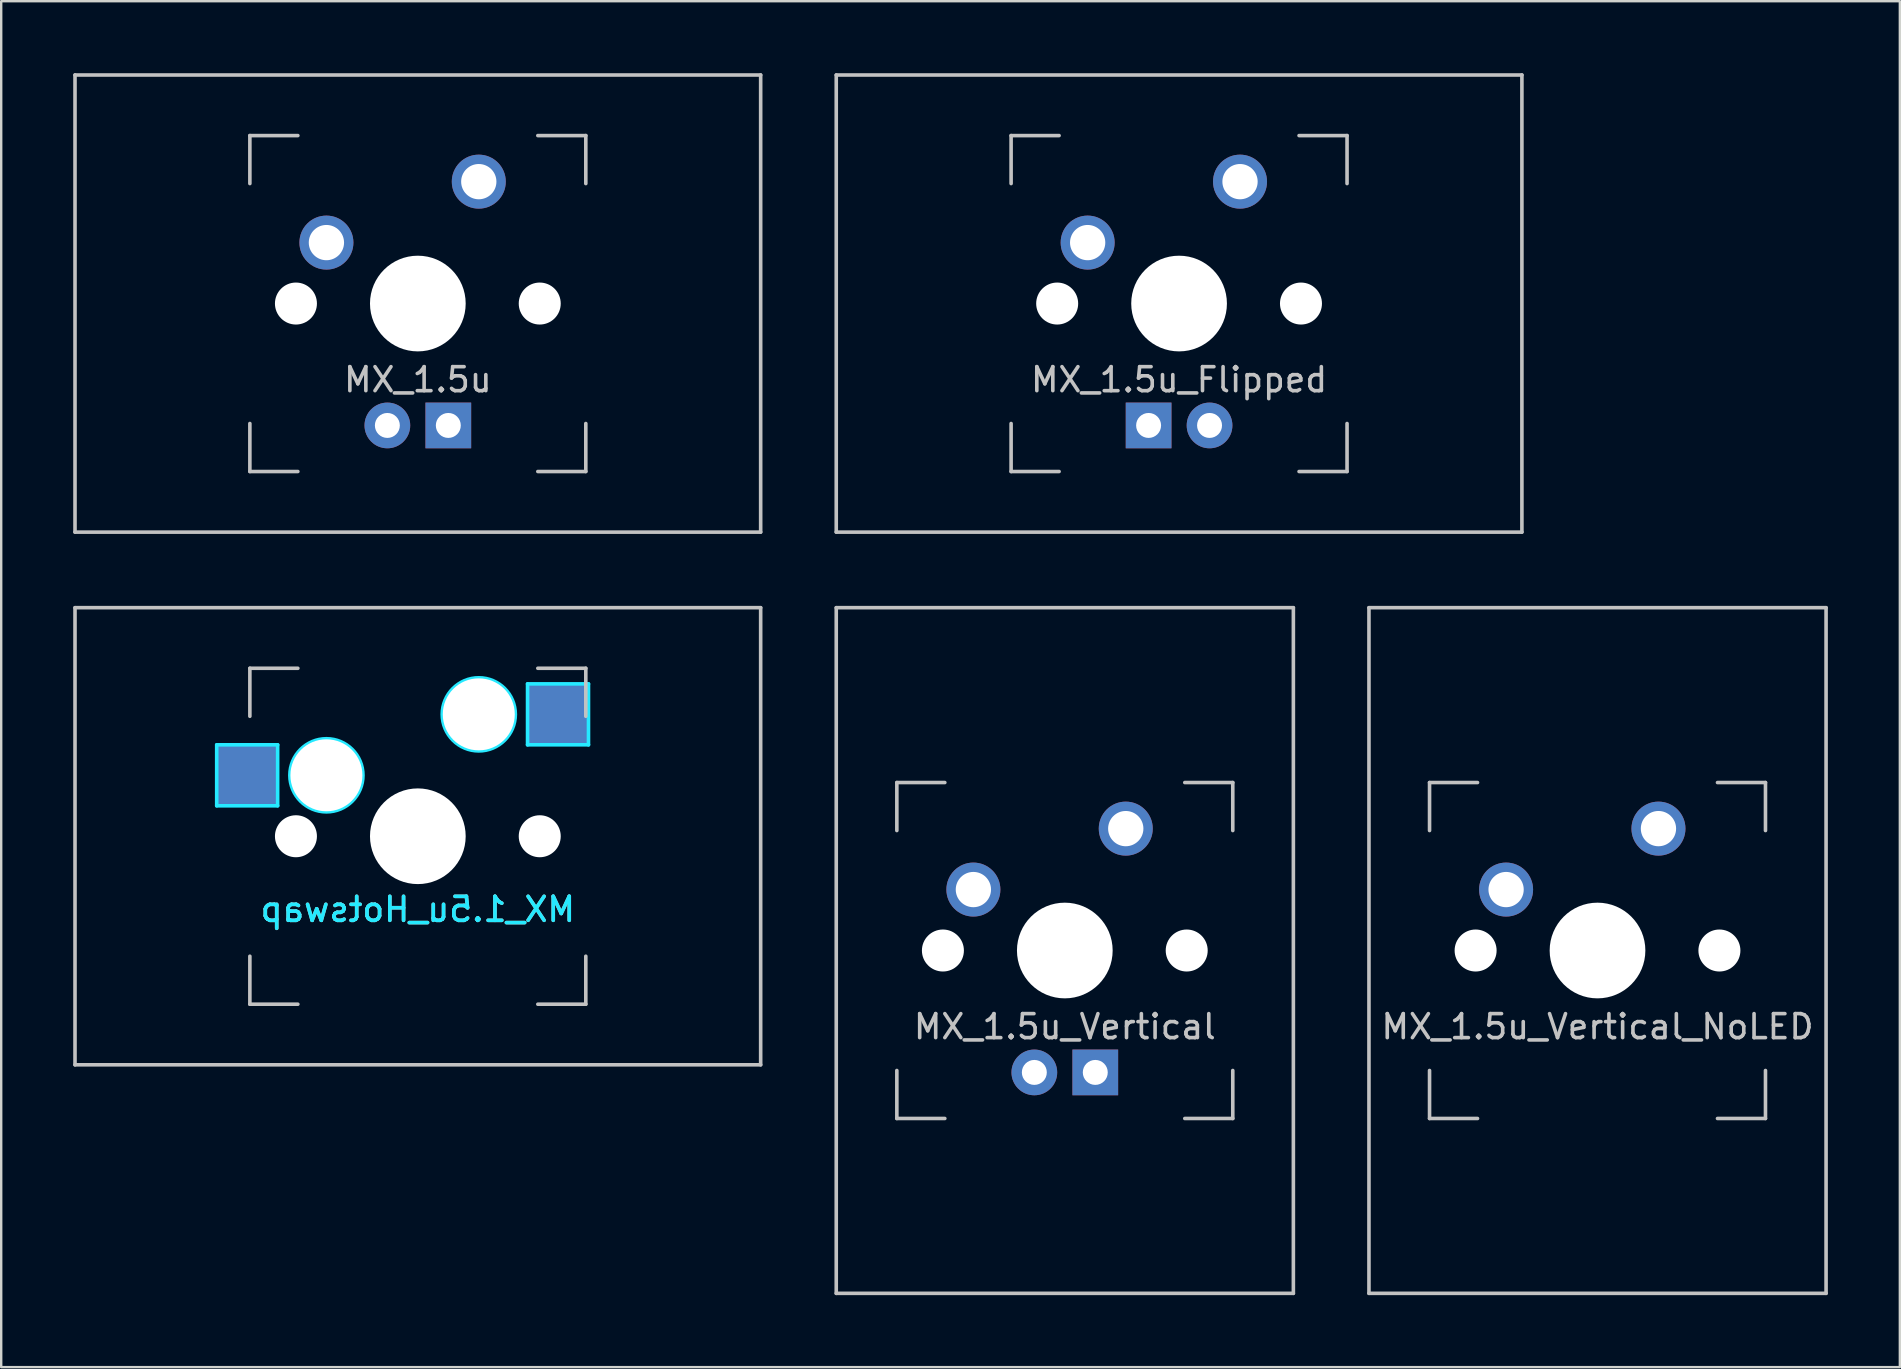
<source format=kicad_pcb>
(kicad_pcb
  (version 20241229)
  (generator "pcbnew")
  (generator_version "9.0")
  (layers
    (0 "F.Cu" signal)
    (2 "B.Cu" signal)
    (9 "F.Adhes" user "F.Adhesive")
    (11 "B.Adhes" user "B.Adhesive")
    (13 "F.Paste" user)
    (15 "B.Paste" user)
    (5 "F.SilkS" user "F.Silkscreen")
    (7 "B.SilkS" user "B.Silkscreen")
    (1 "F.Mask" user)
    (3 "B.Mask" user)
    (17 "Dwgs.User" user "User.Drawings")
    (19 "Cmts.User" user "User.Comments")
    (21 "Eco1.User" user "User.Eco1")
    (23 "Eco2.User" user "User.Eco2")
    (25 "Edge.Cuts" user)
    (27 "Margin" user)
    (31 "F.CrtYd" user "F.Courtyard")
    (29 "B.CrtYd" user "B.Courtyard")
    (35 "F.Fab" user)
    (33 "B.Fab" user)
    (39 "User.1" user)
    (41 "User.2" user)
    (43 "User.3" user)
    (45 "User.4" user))
  (footprint "MX_1.5u_Flipped"
    (layer "F.Cu")
    (at 46.087 9.6)
    (property "Reference" "MX_1.5u_Flipped" (at 0 3.175 0) (layer "Dwgs.User") (effects (font (size 1 1) (thickness 0.15))))
    (attr through_hole)
    (fp_line (start -14.287 -9.525) (end 14.287 -9.525) (stroke (width 0.15) (type solid)) (layer "Dwgs.User"))
    (fp_line (start -14.287 9.525) (end -14.287 -9.525) (stroke (width 0.15) (type solid)) (layer "Dwgs.User"))
    (fp_line (start -14.287 9.525) (end 14.287 9.525) (stroke (width 0.15) (type solid)) (layer "Dwgs.User"))
    (fp_line (start -7 -7) (end -7 -5) (stroke (width 0.15) (type solid)) (layer "Dwgs.User"))
    (fp_line (start -7 5) (end -7 7) (stroke (width 0.15) (type solid)) (layer "Dwgs.User"))
    (fp_line (start -7 7) (end -5 7) (stroke (width 0.15) (type solid)) (layer "Dwgs.User"))
    (fp_line (start -5 -7) (end -7 -7) (stroke (width 0.15) (type solid)) (layer "Dwgs.User"))
    (fp_line (start 5 -7) (end 7 -7) (stroke (width 0.15) (type solid)) (layer "Dwgs.User"))
    (fp_line (start 5 7) (end 7 7) (stroke (width 0.15) (type solid)) (layer "Dwgs.User"))
    (fp_line (start 7 -7) (end 7 -5) (stroke (width 0.15) (type solid)) (layer "Dwgs.User"))
    (fp_line (start 7 7) (end 7 5) (stroke (width 0.15) (type solid)) (layer "Dwgs.User"))
    (fp_line (start 14.287 -9.525) (end 14.287 9.525) (stroke (width 0.15) (type solid)) (layer "Dwgs.User"))
    (pad "" np_thru_hole circle (at -5.08 0 48.1) (size 1.75 1.75) (drill 1.75) (layers "*.Cu" "*.Mask"))
    (pad "" np_thru_hole circle (at 0 0) (size 3.988 3.988) (drill 3.988) (layers "*.Cu" "*.Mask"))
    (pad "" np_thru_hole circle (at 5.08 0 48.1) (size 1.75 1.75) (drill 1.75) (layers "*.Cu" "*.Mask"))
    (pad "1" thru_hole circle (at -3.81 -2.54) (size 2.25 2.25) (drill 1.47) (layers "*.Cu" "B.Mask"))
    (pad "2" thru_hole circle (at 2.54 -5.08) (size 2.25 2.25) (drill 1.47) (layers "*.Cu" "B.Mask"))
    (pad "3" thru_hole circle (at 1.27 5.08) (size 1.905 1.905) (drill 1.04) (layers "*.Cu" "B.Mask"))
    (pad "4" thru_hole rect (at -1.27 5.08) (size 1.905 1.905) (drill 1.04) (layers "*.Cu" "B.Mask")))
  (footprint "MX_1.5u"
    (layer "F.Cu")
    (at 14.363 9.6)
    (property "Reference" "MX_1.5u" (at 0 3.175 0) (layer "Dwgs.User") (effects (font (size 1 1) (thickness 0.15))))
    (attr through_hole)
    (fp_line (start -14.287 -9.525) (end 14.287 -9.525) (stroke (width 0.15) (type solid)) (layer "Dwgs.User"))
    (fp_line (start -14.287 9.525) (end -14.287 -9.525) (stroke (width 0.15) (type solid)) (layer "Dwgs.User"))
    (fp_line (start -14.287 9.525) (end 14.287 9.525) (stroke (width 0.15) (type solid)) (layer "Dwgs.User"))
    (fp_line (start -7 -7) (end -7 -5) (stroke (width 0.15) (type solid)) (layer "Dwgs.User"))
    (fp_line (start -7 5) (end -7 7) (stroke (width 0.15) (type solid)) (layer "Dwgs.User"))
    (fp_line (start -7 7) (end -5 7) (stroke (width 0.15) (type solid)) (layer "Dwgs.User"))
    (fp_line (start -5 -7) (end -7 -7) (stroke (width 0.15) (type solid)) (layer "Dwgs.User"))
    (fp_line (start 5 -7) (end 7 -7) (stroke (width 0.15) (type solid)) (layer "Dwgs.User"))
    (fp_line (start 5 7) (end 7 7) (stroke (width 0.15) (type solid)) (layer "Dwgs.User"))
    (fp_line (start 7 -7) (end 7 -5) (stroke (width 0.15) (type solid)) (layer "Dwgs.User"))
    (fp_line (start 7 7) (end 7 5) (stroke (width 0.15) (type solid)) (layer "Dwgs.User"))
    (fp_line (start 14.287 -9.525) (end 14.287 9.525) (stroke (width 0.15) (type solid)) (layer "Dwgs.User"))
    (pad "" np_thru_hole circle (at -5.08 0 48.1) (size 1.75 1.75) (drill 1.75) (layers "*.Cu" "*.Mask"))
    (pad "" np_thru_hole circle (at 0 0) (size 3.988 3.988) (drill 3.988) (layers "*.Cu" "*.Mask"))
    (pad "" np_thru_hole circle (at 5.08 0 48.1) (size 1.75 1.75) (drill 1.75) (layers "*.Cu" "*.Mask"))
    (pad "1" thru_hole circle (at -3.81 -2.54) (size 2.25 2.25) (drill 1.47) (layers "*.Cu" "B.Mask"))
    (pad "2" thru_hole circle (at 2.54 -5.08) (size 2.25 2.25) (drill 1.47) (layers "*.Cu" "B.Mask"))
    (pad "3" thru_hole circle (at -1.27 5.08) (size 1.905 1.905) (drill 1.04) (layers "*.Cu" "B.Mask"))
    (pad "4" thru_hole rect (at 1.27 5.08) (size 1.905 1.905) (drill 1.04) (layers "*.Cu" "B.Mask")))
  (footprint "MX_1.5u_Vertical"
    (layer "F.Cu")
    (at 41.325 36.562)
    (property "Reference" "MX_1.5u_Vertical" (at 0 3.175 0) (layer "Dwgs.User") (effects (font (size 1 1) (thickness 0.15))))
    (attr through_hole)
    (fp_line (start -9.525 -14.287) (end -9.525 14.287) (stroke (width 0.15) (type solid)) (layer "Dwgs.User"))
    (fp_line (start -7 -7) (end -7 -5) (stroke (width 0.15) (type solid)) (layer "Dwgs.User"))
    (fp_line (start -7 5) (end -7 7) (stroke (width 0.15) (type solid)) (layer "Dwgs.User"))
    (fp_line (start -7 7) (end -5 7) (stroke (width 0.15) (type solid)) (layer "Dwgs.User"))
    (fp_line (start -5 -7) (end -7 -7) (stroke (width 0.15) (type solid)) (layer "Dwgs.User"))
    (fp_line (start 5 -7) (end 7 -7) (stroke (width 0.15) (type solid)) (layer "Dwgs.User"))
    (fp_line (start 5 7) (end 7 7) (stroke (width 0.15) (type solid)) (layer "Dwgs.User"))
    (fp_line (start 7 -7) (end 7 -5) (stroke (width 0.15) (type solid)) (layer "Dwgs.User"))
    (fp_line (start 7 7) (end 7 5) (stroke (width 0.15) (type solid)) (layer "Dwgs.User"))
    (fp_line (start 9.525 -14.287) (end -9.525 -14.287) (stroke (width 0.15) (type solid)) (layer "Dwgs.User"))
    (fp_line (start 9.525 -14.287) (end 9.525 14.287) (stroke (width 0.15) (type solid)) (layer "Dwgs.User"))
    (fp_line (start 9.525 14.287) (end -9.525 14.287) (stroke (width 0.15) (type solid)) (layer "Dwgs.User"))
    (pad "" np_thru_hole circle (at -5.08 0 48.1) (size 1.75 1.75) (drill 1.75) (layers "*.Cu" "*.Mask"))
    (pad "" np_thru_hole circle (at 0 0) (size 3.988 3.988) (drill 3.988) (layers "*.Cu" "*.Mask"))
    (pad "" np_thru_hole circle (at 5.08 0 48.1) (size 1.75 1.75) (drill 1.75) (layers "*.Cu" "*.Mask"))
    (pad "1" thru_hole circle (at -3.81 -2.54) (size 2.25 2.25) (drill 1.47) (layers "*.Cu" "B.Mask"))
    (pad "2" thru_hole circle (at 2.54 -5.08) (size 2.25 2.25) (drill 1.47) (layers "*.Cu" "B.Mask"))
    (pad "3" thru_hole circle (at -1.27 5.08) (size 1.905 1.905) (drill 1.04) (layers "*.Cu" "B.Mask"))
    (pad "4" thru_hole rect (at 1.27 5.08) (size 1.905 1.905) (drill 1.04) (layers "*.Cu" "B.Mask")))
  (footprint "MX_1.5u_Vertical_NoLED"
    (layer "F.Cu")
    (at 63.525 36.562)
    (property "Reference" "MX_1.5u_Vertical_NoLED" (at 0 3.175 0) (layer "Dwgs.User") (effects (font (size 1 1) (thickness 0.15))))
    (attr through_hole)
    (fp_line (start -9.525 -14.287) (end -9.525 14.287) (stroke (width 0.15) (type solid)) (layer "Dwgs.User"))
    (fp_line (start -7 -7) (end -7 -5) (stroke (width 0.15) (type solid)) (layer "Dwgs.User"))
    (fp_line (start -7 5) (end -7 7) (stroke (width 0.15) (type solid)) (layer "Dwgs.User"))
    (fp_line (start -7 7) (end -5 7) (stroke (width 0.15) (type solid)) (layer "Dwgs.User"))
    (fp_line (start -5 -7) (end -7 -7) (stroke (width 0.15) (type solid)) (layer "Dwgs.User"))
    (fp_line (start 5 -7) (end 7 -7) (stroke (width 0.15) (type solid)) (layer "Dwgs.User"))
    (fp_line (start 5 7) (end 7 7) (stroke (width 0.15) (type solid)) (layer "Dwgs.User"))
    (fp_line (start 7 -7) (end 7 -5) (stroke (width 0.15) (type solid)) (layer "Dwgs.User"))
    (fp_line (start 7 7) (end 7 5) (stroke (width 0.15) (type solid)) (layer "Dwgs.User"))
    (fp_line (start 9.525 -14.287) (end -9.525 -14.287) (stroke (width 0.15) (type solid)) (layer "Dwgs.User"))
    (fp_line (start 9.525 -14.287) (end 9.525 14.287) (stroke (width 0.15) (type solid)) (layer "Dwgs.User"))
    (fp_line (start 9.525 14.287) (end -9.525 14.287) (stroke (width 0.15) (type solid)) (layer "Dwgs.User"))
    (pad "" np_thru_hole circle (at -5.08 0 48.1) (size 1.75 1.75) (drill 1.75) (layers "*.Cu" "*.Mask"))
    (pad "" np_thru_hole circle (at 0 0) (size 3.988 3.988) (drill 3.988) (layers "*.Cu" "*.Mask"))
    (pad "" np_thru_hole circle (at 5.08 0 48.1) (size 1.75 1.75) (drill 1.75) (layers "*.Cu" "*.Mask"))
    (pad "1" thru_hole circle (at -3.81 -2.54) (size 2.25 2.25) (drill 1.47) (layers "*.Cu" "B.Mask"))
    (pad "2" thru_hole circle (at 2.54 -5.08) (size 2.25 2.25) (drill 1.47) (layers "*.Cu" "B.Mask")))
  (footprint "MX_1.5u_Hotswap"
    (layer "F.Cu")
    (at 14.363 31.8)
    (property "Reference" "MX_1.5u_Hotswap" (at 0 3.048 0) (layer "B.CrtYd") (effects (font (size 1 1) (thickness 0.15)) (justify mirror)))
    (attr smd)
    (fp_line (start -14.287 -9.525) (end 14.287 -9.525) (stroke (width 0.15) (type solid)) (layer "Dwgs.User"))
    (fp_line (start -14.287 9.525) (end -14.287 -9.525) (stroke (width 0.15) (type solid)) (layer "Dwgs.User"))
    (fp_line (start -7 -7) (end -7 -5) (stroke (width 0.15) (type solid)) (layer "Dwgs.User"))
    (fp_line (start -7 5) (end -7 7) (stroke (width 0.15) (type solid)) (layer "Dwgs.User"))
    (fp_line (start -7 7) (end -5 7) (stroke (width 0.15) (type solid)) (layer "Dwgs.User"))
    (fp_line (start -5 -7) (end -7 -7) (stroke (width 0.15) (type solid)) (layer "Dwgs.User"))
    (fp_line (start 5 -7) (end 7 -7) (stroke (width 0.15) (type solid)) (layer "Dwgs.User"))
    (fp_line (start 5 7) (end 7 7) (stroke (width 0.15) (type solid)) (layer "Dwgs.User"))
    (fp_line (start 7 -7) (end 7 -5) (stroke (width 0.15) (type solid)) (layer "Dwgs.User"))
    (fp_line (start 7 7) (end 7 5) (stroke (width 0.15) (type solid)) (layer "Dwgs.User"))
    (fp_line (start 14.287 -9.525) (end 14.287 9.525) (stroke (width 0.15) (type solid)) (layer "Dwgs.User"))
    (fp_line (start 14.287 9.525) (end -14.287 9.525) (stroke (width 0.15) (type solid)) (layer "Dwgs.User"))
    (fp_line (start -8.382 -3.81) (end -5.842 -3.81) (stroke (width 0.15) (type solid)) (layer "B.CrtYd"))
    (fp_line (start -8.382 -1.27) (end -8.382 -3.81) (stroke (width 0.15) (type solid)) (layer "B.CrtYd"))
    (fp_line (start -5.842 -3.81) (end -5.842 -1.27) (stroke (width 0.15) (type solid)) (layer "B.CrtYd"))
    (fp_line (start -5.842 -1.27) (end -8.382 -1.27) (stroke (width 0.15) (type solid)) (layer "B.CrtYd"))
    (fp_line (start 4.572 -6.35) (end 7.112 -6.35) (stroke (width 0.15) (type solid)) (layer "B.CrtYd"))
    (fp_line (start 4.572 -3.81) (end 4.572 -6.35) (stroke (width 0.15) (type solid)) (layer "B.CrtYd"))
    (fp_line (start 7.112 -6.35) (end 7.112 -3.81) (stroke (width 0.15) (type solid)) (layer "B.CrtYd"))
    (fp_line (start 7.112 -3.81) (end 4.572 -3.81) (stroke (width 0.15) (type solid)) (layer "B.CrtYd"))
    (fp_circle (center -3.81 -2.54) (end -3.81 -4.064) (stroke (width 0.15) (type solid)) (fill no) (layer "B.CrtYd"))
    (fp_circle (center 2.54 -5.08) (end 2.54 -6.604) (stroke (width 0.15) (type solid)) (fill no) (layer "B.CrtYd"))
    (fp_text user "${REFERENCE}" (at 0 3.048 0) (layer "B.SilkS") (effects (font (size 1 1) (thickness 0.15)) (justify mirror)))
    (pad "" np_thru_hole circle (at -5.08 0 48.1) (size 1.75 1.75) (drill 1.75) (layers "*.Cu" "*.Mask"))
    (pad "" np_thru_hole circle (at -3.81 -2.54) (size 3 3) (drill 3) (layers "*.Cu" "*.Mask"))
    (pad "" np_thru_hole circle (at 0 0) (size 3.988 3.988) (drill 3.988) (layers "*.Cu" "*.Mask"))
    (pad "" np_thru_hole circle (at 2.54 -5.08) (size 3 3) (drill 3) (layers "*.Cu" "*.Mask"))
    (pad "" np_thru_hole circle (at 5.08 0 48.1) (size 1.75 1.75) (drill 1.75) (layers "*.Cu" "*.Mask"))
    (pad "1" smd rect (at -7.085 -2.54) (size 2.55 2.5) (layers "B.Cu" "B.Mask" "B.Paste"))
    (pad "2" smd rect (at 5.842 -5.08) (size 2.55 2.5) (layers "B.Cu" "B.Mask" "B.Paste")))
  (gr_rect
    (start -3 -3)
    (end 76.125 53.925)
    (stroke (width 0.1) (type default))
    (fill no)
    (layer "Edge.Cuts")))
</source>
